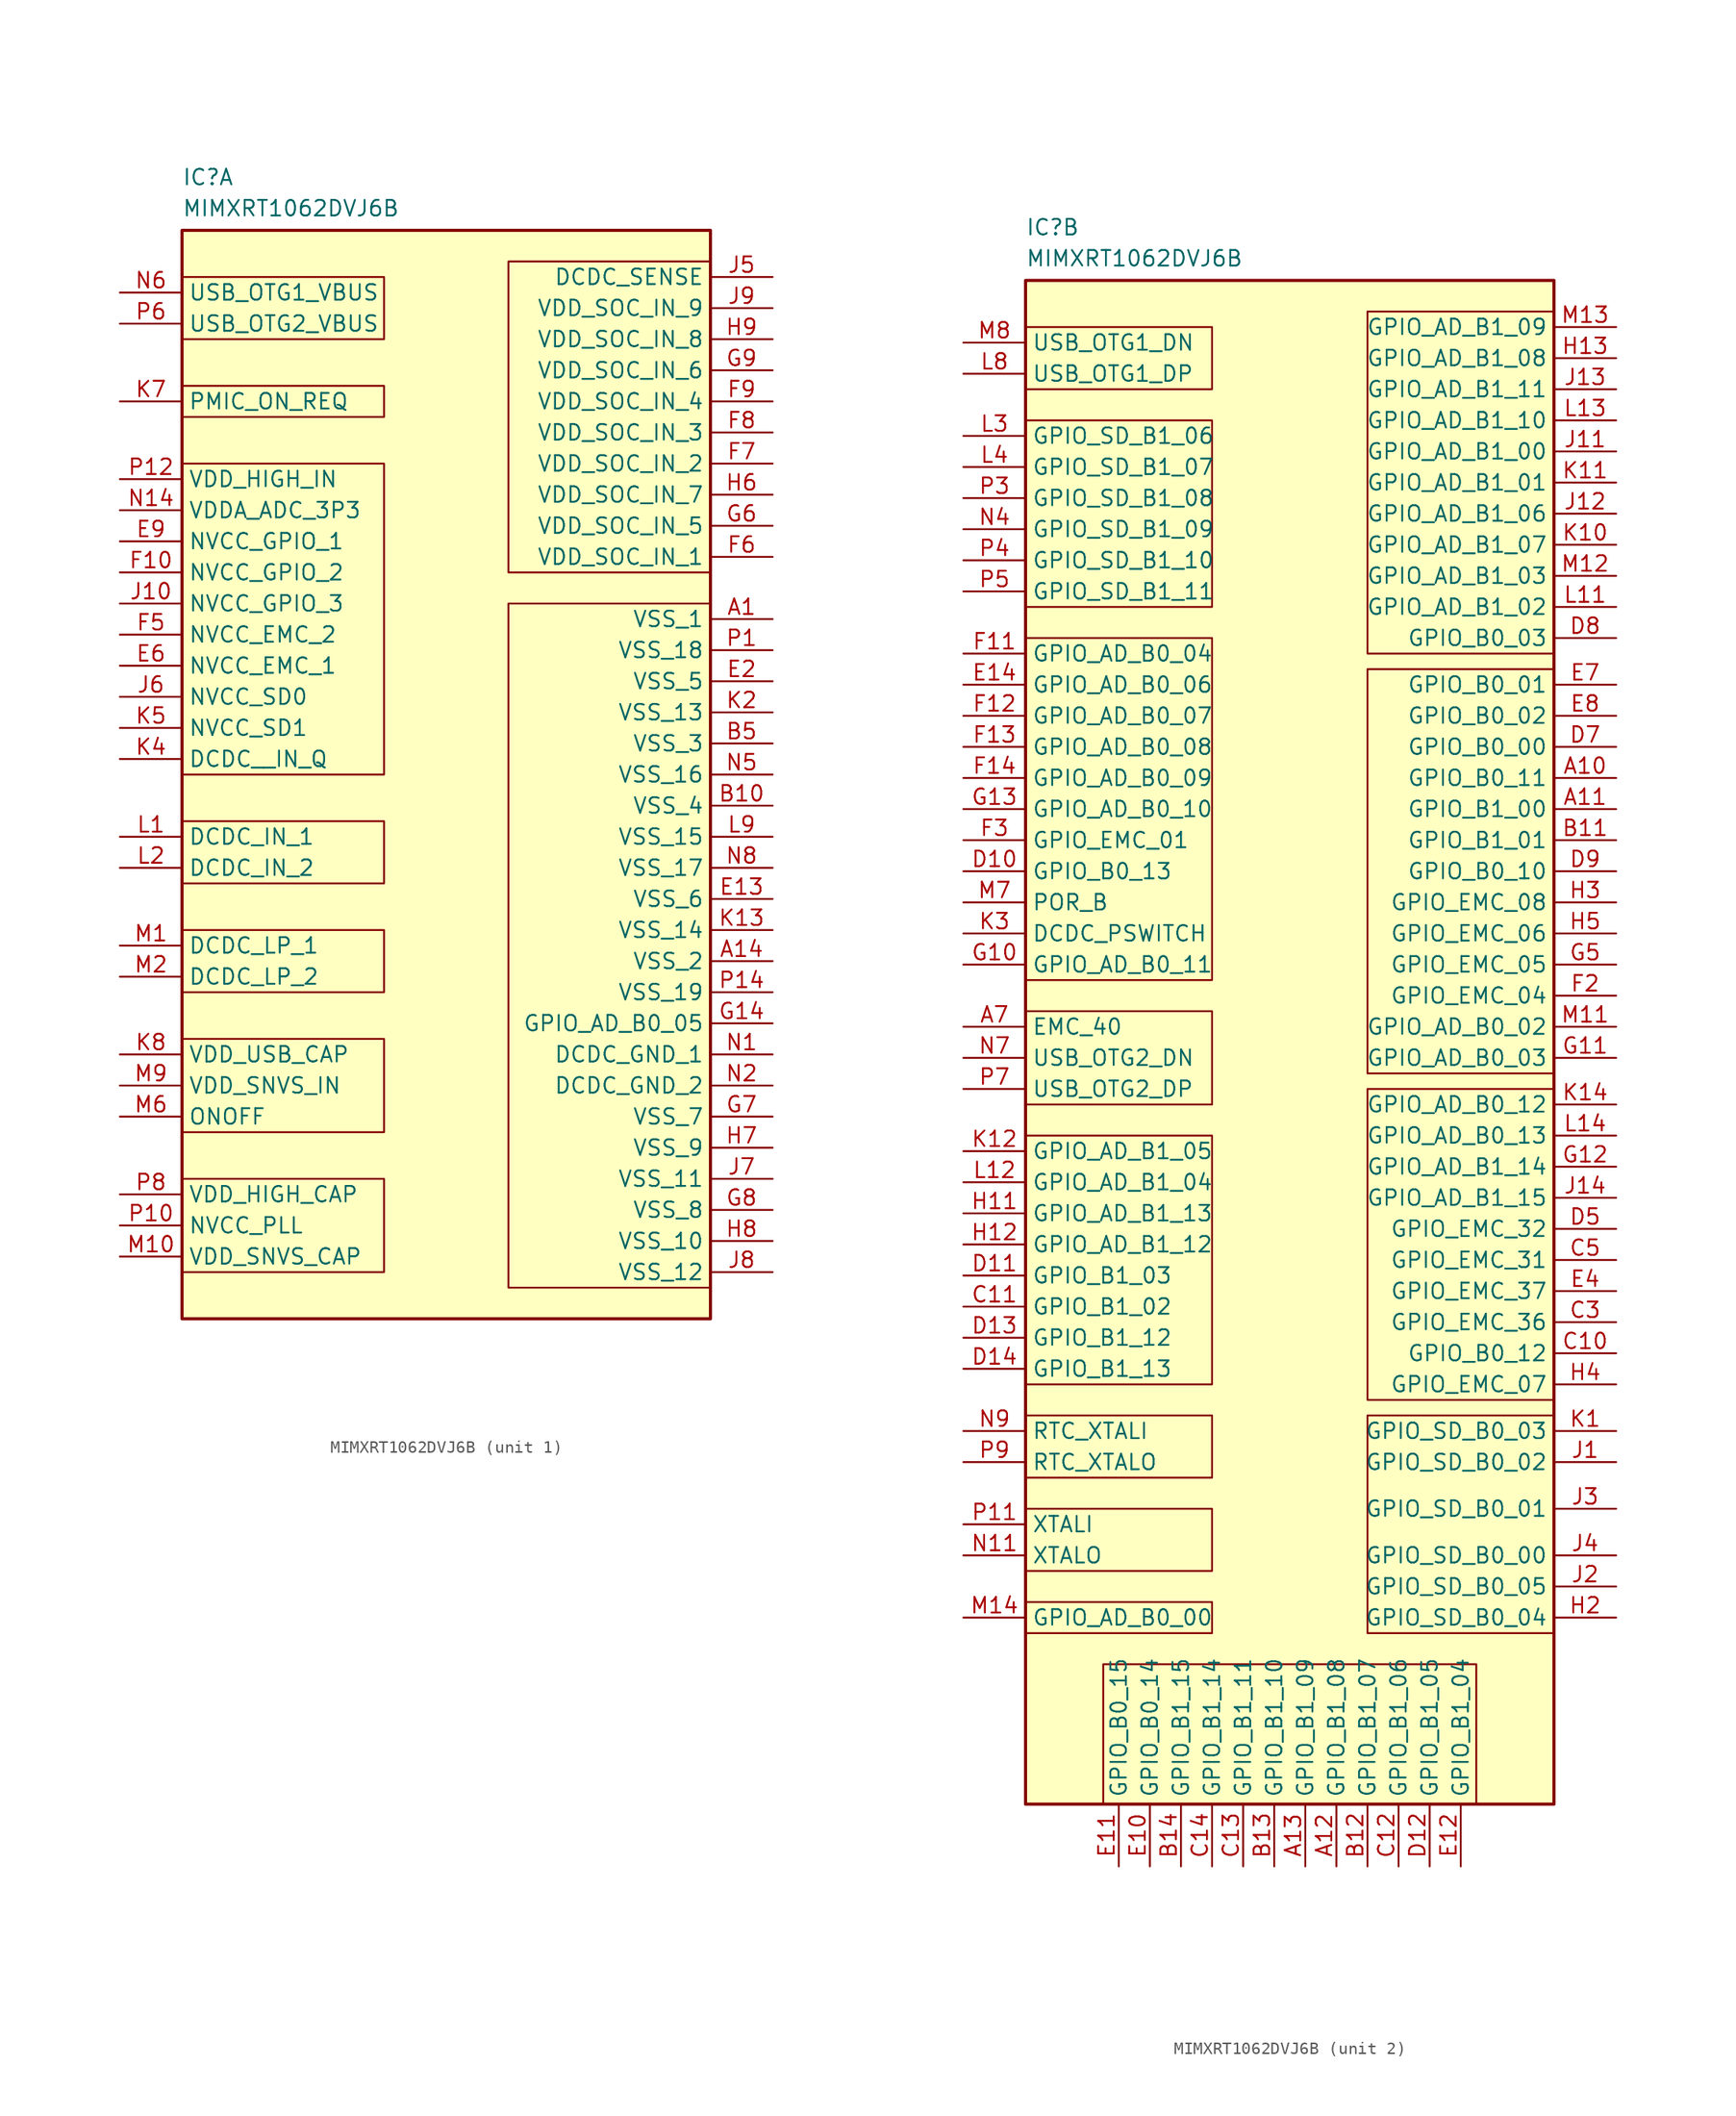
<source format=kicad_sym>
(kicad_symbol_lib
  (version 20231120)
  (generator "kicad_symbol_editor")
  (generator_version "8.0")
  (symbol "MIMXRT1062DVJ6B"
    (property "Reference" "IC"
      (at -20.32 86.36 0)
      (effects (font (size 1.27 1.27)) (justify left top)))
    (property "Value" "MIMXRT1062DVJ6B"
      (at -20.32 83.82 0)
      (effects (font (size 1.27 1.27)) (justify left top)))
    (property "ki_locked" ""
      (at 0 0 0)
      (effects (font (size 1.27 1.27))))
    (symbol "MIMXRT1062DVJ6B_1_1"
      (rectangle (start -20.32 3.81) (end -3.81 -3.81) (stroke (width 0) (type default)) (fill (type none)))
      (rectangle (start -20.32 15.24) (end -3.81 7.62) (stroke (width 0) (type default)) (fill (type none)))
      (rectangle (start -20.32 24.13) (end -3.81 19.05) (stroke (width 0) (type default)) (fill (type none)))
      (rectangle (start -20.32 33.02) (end -3.81 27.94) (stroke (width 0) (type default)) (fill (type none)))
      (rectangle (start -20.32 62.23) (end -3.81 36.83) (stroke (width 0) (type default)) (fill (type none)))
      (rectangle (start -20.32 68.58) (end -3.81 66.04) (stroke (width 0) (type default)) (fill (type none)))
      (rectangle (start -20.32 77.47) (end -3.81 72.39) (stroke (width 0) (type default)) (fill (type none)))
      (rectangle (start -20.32 81.28) (end 22.86 -7.62) (stroke (width 0.254) (type default)) (fill (type background)))
      (rectangle (start 6.35 50.8) (end 22.86 -5.08) (stroke (width 0) (type default)) (fill (type none)))
      (rectangle (start 6.35 78.74) (end 22.86 53.34) (stroke (width 0) (type default)) (fill (type none)))
      (pin passive line (at 27.94 49.53 180) (length 5.08) (name "VSS_1" (effects (font (size 1.27 1.27)))) (number "A1" (effects (font (size 1.27 1.27)))))
      (pin passive line (at 27.94 21.59 180) (length 5.08) (name "VSS_2" (effects (font (size 1.27 1.27)))) (number "A14" (effects (font (size 1.27 1.27)))))
      (pin passive line (at 27.94 34.29 180) (length 5.08) (name "VSS_4" (effects (font (size 1.27 1.27)))) (number "B10" (effects (font (size 1.27 1.27)))))
      (pin passive line (at 27.94 39.37 180) (length 5.08) (name "VSS_3" (effects (font (size 1.27 1.27)))) (number "B5" (effects (font (size 1.27 1.27)))))
      (pin passive line (at 27.94 26.67 180) (length 5.08) (name "VSS_6" (effects (font (size 1.27 1.27)))) (number "E13" (effects (font (size 1.27 1.27)))))
      (pin passive line (at 27.94 44.45 180) (length 5.08) (name "VSS_5" (effects (font (size 1.27 1.27)))) (number "E2" (effects (font (size 1.27 1.27)))))
      (pin passive line (at -25.4 45.72 0) (length 5.08) (name "NVCC_EMC_1" (effects (font (size 1.27 1.27)))) (number "E6" (effects (font (size 1.27 1.27)))))
      (pin passive line (at -25.4 55.88 0) (length 5.08) (name "NVCC_GPIO_1" (effects (font (size 1.27 1.27)))) (number "E9" (effects (font (size 1.27 1.27)))))
      (pin passive line (at -25.4 53.34 0) (length 5.08) (name "NVCC_GPIO_2" (effects (font (size 1.27 1.27)))) (number "F10" (effects (font (size 1.27 1.27)))))
      (pin passive line (at -25.4 48.26 0) (length 5.08) (name "NVCC_EMC_2" (effects (font (size 1.27 1.27)))) (number "F5" (effects (font (size 1.27 1.27)))))
      (pin passive line (at 27.94 54.61 180) (length 5.08) (name "VDD_SOC_IN_1" (effects (font (size 1.27 1.27)))) (number "F6" (effects (font (size 1.27 1.27)))))
      (pin passive line (at 27.94 62.23 180) (length 5.08) (name "VDD_SOC_IN_2" (effects (font (size 1.27 1.27)))) (number "F7" (effects (font (size 1.27 1.27)))))
      (pin passive line (at 27.94 64.77 180) (length 5.08) (name "VDD_SOC_IN_3" (effects (font (size 1.27 1.27)))) (number "F8" (effects (font (size 1.27 1.27)))))
      (pin passive line (at 27.94 67.31 180) (length 5.08) (name "VDD_SOC_IN_4" (effects (font (size 1.27 1.27)))) (number "F9" (effects (font (size 1.27 1.27)))))
      (pin passive line (at 27.94 16.51 180) (length 5.08) (name "GPIO_AD_B0_05" (effects (font (size 1.27 1.27)))) (number "G14" (effects (font (size 1.27 1.27)))))
      (pin passive line (at 27.94 57.15 180) (length 5.08) (name "VDD_SOC_IN_5" (effects (font (size 1.27 1.27)))) (number "G6" (effects (font (size 1.27 1.27)))))
      (pin passive line (at 27.94 8.89 180) (length 5.08) (name "VSS_7" (effects (font (size 1.27 1.27)))) (number "G7" (effects (font (size 1.27 1.27)))))
      (pin passive line (at 27.94 1.27 180) (length 5.08) (name "VSS_8" (effects (font (size 1.27 1.27)))) (number "G8" (effects (font (size 1.27 1.27)))))
      (pin passive line (at 27.94 69.85 180) (length 5.08) (name "VDD_SOC_IN_6" (effects (font (size 1.27 1.27)))) (number "G9" (effects (font (size 1.27 1.27)))))
      (pin passive line (at 27.94 59.69 180) (length 5.08) (name "VDD_SOC_IN_7" (effects (font (size 1.27 1.27)))) (number "H6" (effects (font (size 1.27 1.27)))))
      (pin passive line (at 27.94 6.35 180) (length 5.08) (name "VSS_9" (effects (font (size 1.27 1.27)))) (number "H7" (effects (font (size 1.27 1.27)))))
      (pin passive line (at 27.94 -1.27 180) (length 5.08) (name "VSS_10" (effects (font (size 1.27 1.27)))) (number "H8" (effects (font (size 1.27 1.27)))))
      (pin passive line (at 27.94 72.39 180) (length 5.08) (name "VDD_SOC_IN_8" (effects (font (size 1.27 1.27)))) (number "H9" (effects (font (size 1.27 1.27)))))
      (pin passive line (at -25.4 50.8 0) (length 5.08) (name "NVCC_GPIO_3" (effects (font (size 1.27 1.27)))) (number "J10" (effects (font (size 1.27 1.27)))))
      (pin passive line (at 27.94 77.47 180) (length 5.08) (name "DCDC_SENSE" (effects (font (size 1.27 1.27)))) (number "J5" (effects (font (size 1.27 1.27)))))
      (pin passive line (at -25.4 43.18 0) (length 5.08) (name "NVCC_SD0" (effects (font (size 1.27 1.27)))) (number "J6" (effects (font (size 1.27 1.27)))))
      (pin passive line (at 27.94 3.81 180) (length 5.08) (name "VSS_11" (effects (font (size 1.27 1.27)))) (number "J7" (effects (font (size 1.27 1.27)))))
      (pin passive line (at 27.94 -3.81 180) (length 5.08) (name "VSS_12" (effects (font (size 1.27 1.27)))) (number "J8" (effects (font (size 1.27 1.27)))))
      (pin passive line (at 27.94 74.93 180) (length 5.08) (name "VDD_SOC_IN_9" (effects (font (size 1.27 1.27)))) (number "J9" (effects (font (size 1.27 1.27)))))
      (pin passive line (at 27.94 24.13 180) (length 5.08) (name "VSS_14" (effects (font (size 1.27 1.27)))) (number "K13" (effects (font (size 1.27 1.27)))))
      (pin passive line (at 27.94 41.91 180) (length 5.08) (name "VSS_13" (effects (font (size 1.27 1.27)))) (number "K2" (effects (font (size 1.27 1.27)))))
      (pin passive line (at -25.4 38.1 0) (length 5.08) (name "DCDC__IN_Q" (effects (font (size 1.27 1.27)))) (number "K4" (effects (font (size 1.27 1.27)))))
      (pin passive line (at -25.4 40.64 0) (length 5.08) (name "NVCC_SD1" (effects (font (size 1.27 1.27)))) (number "K5" (effects (font (size 1.27 1.27)))))
      (pin passive line (at -25.4 67.31 0) (length 5.08) (name "PMIC_ON_REQ" (effects (font (size 1.27 1.27)))) (number "K7" (effects (font (size 1.27 1.27)))))
      (pin passive line (at -25.4 13.97 0) (length 5.08) (name "VDD_USB_CAP" (effects (font (size 1.27 1.27)))) (number "K8" (effects (font (size 1.27 1.27)))))
      (pin passive line (at -25.4 31.75 0) (length 5.08) (name "DCDC_IN_1" (effects (font (size 1.27 1.27)))) (number "L1" (effects (font (size 1.27 1.27)))))
      (pin passive line (at -25.4 29.21 0) (length 5.08) (name "DCDC_IN_2" (effects (font (size 1.27 1.27)))) (number "L2" (effects (font (size 1.27 1.27)))))
      (pin passive line (at 27.94 31.75 180) (length 5.08) (name "VSS_15" (effects (font (size 1.27 1.27)))) (number "L9" (effects (font (size 1.27 1.27)))))
      (pin passive line (at -25.4 22.86 0) (length 5.08) (name "DCDC_LP_1" (effects (font (size 1.27 1.27)))) (number "M1" (effects (font (size 1.27 1.27)))))
      (pin passive line (at -25.4 -2.54 0) (length 5.08) (name "VDD_SNVS_CAP" (effects (font (size 1.27 1.27)))) (number "M10" (effects (font (size 1.27 1.27)))))
      (pin passive line (at -25.4 20.32 0) (length 5.08) (name "DCDC_LP_2" (effects (font (size 1.27 1.27)))) (number "M2" (effects (font (size 1.27 1.27)))))
      (pin passive line (at -25.4 8.89 0) (length 5.08) (name "ONOFF" (effects (font (size 1.27 1.27)))) (number "M6" (effects (font (size 1.27 1.27)))))
      (pin passive line (at -25.4 11.43 0) (length 5.08) (name "VDD_SNVS_IN" (effects (font (size 1.27 1.27)))) (number "M9" (effects (font (size 1.27 1.27)))))
      (pin passive line (at 27.94 13.97 180) (length 5.08) (name "DCDC_GND_1" (effects (font (size 1.27 1.27)))) (number "N1" (effects (font (size 1.27 1.27)))))
      (pin passive line (at -25.4 58.42 0) (length 5.08) (name "VDDA_ADC_3P3" (effects (font (size 1.27 1.27)))) (number "N14" (effects (font (size 1.27 1.27)))))
      (pin passive line (at 27.94 11.43 180) (length 5.08) (name "DCDC_GND_2" (effects (font (size 1.27 1.27)))) (number "N2" (effects (font (size 1.27 1.27)))))
      (pin passive line (at 27.94 36.83 180) (length 5.08) (name "VSS_16" (effects (font (size 1.27 1.27)))) (number "N5" (effects (font (size 1.27 1.27)))))
      (pin passive line (at -25.4 76.2 0) (length 5.08) (name "USB_OTG1_VBUS" (effects (font (size 1.27 1.27)))) (number "N6" (effects (font (size 1.27 1.27)))))
      (pin passive line (at 27.94 29.21 180) (length 5.08) (name "VSS_17" (effects (font (size 1.27 1.27)))) (number "N8" (effects (font (size 1.27 1.27)))))
      (pin passive line (at 27.94 46.99 180) (length 5.08) (name "VSS_18" (effects (font (size 1.27 1.27)))) (number "P1" (effects (font (size 1.27 1.27)))))
      (pin passive line (at -25.4 0 0) (length 5.08) (name "NVCC_PLL" (effects (font (size 1.27 1.27)))) (number "P10" (effects (font (size 1.27 1.27)))))
      (pin passive line (at -25.4 60.96 0) (length 5.08) (name "VDD_HIGH_IN" (effects (font (size 1.27 1.27)))) (number "P12" (effects (font (size 1.27 1.27)))))
      (pin passive line (at 27.94 19.05 180) (length 5.08) (name "VSS_19" (effects (font (size 1.27 1.27)))) (number "P14" (effects (font (size 1.27 1.27)))))
      (pin passive line (at -25.4 73.66 0) (length 5.08) (name "USB_OTG2_VBUS" (effects (font (size 1.27 1.27)))) (number "P6" (effects (font (size 1.27 1.27)))))
      (pin passive line (at -25.4 2.54 0) (length 5.08) (name "VDD_HIGH_CAP" (effects (font (size 1.27 1.27)))) (number "P8" (effects (font (size 1.27 1.27))))))
    (symbol "MIMXRT1062DVJ6B_2_0"
      (pin passive line (at 5.08 -48.26 90) (length 5.08) (name "GPIO_B1_08" (effects (font (size 1.27 1.27)))) (number "A12" (effects (font (size 1.27 1.27)))))
      (pin passive line (at 2.54 -48.26 90) (length 5.08) (name "GPIO_B1_09" (effects (font (size 1.27 1.27)))) (number "A13" (effects (font (size 1.27 1.27)))))
      (pin passive line (at -25.4 20.32 0) (length 5.08) (name "EMC_40" (effects (font (size 1.27 1.27)))) (number "A7" (effects (font (size 1.27 1.27)))))
      (pin passive line (at 7.62 -48.26 90) (length 5.08) (name "GPIO_B1_07" (effects (font (size 1.27 1.27)))) (number "B12" (effects (font (size 1.27 1.27)))))
      (pin passive line (at 0 -48.26 90) (length 5.08) (name "GPIO_B1_10" (effects (font (size 1.27 1.27)))) (number "B13" (effects (font (size 1.27 1.27)))))
      (pin passive line (at -7.62 -48.26 90) (length 5.08) (name "GPIO_B1_15" (effects (font (size 1.27 1.27)))) (number "B14" (effects (font (size 1.27 1.27)))))
      (pin passive line (at -25.4 -2.54 0) (length 5.08) (name "GPIO_B1_02" (effects (font (size 1.27 1.27)))) (number "C11" (effects (font (size 1.27 1.27)))))
      (pin passive line (at 10.16 -48.26 90) (length 5.08) (name "GPIO_B1_06" (effects (font (size 1.27 1.27)))) (number "C12" (effects (font (size 1.27 1.27)))))
      (pin passive line (at -2.54 -48.26 90) (length 5.08) (name "GPIO_B1_11" (effects (font (size 1.27 1.27)))) (number "C13" (effects (font (size 1.27 1.27)))))
      (pin passive line (at -5.08 -48.26 90) (length 5.08) (name "GPIO_B1_14" (effects (font (size 1.27 1.27)))) (number "C14" (effects (font (size 1.27 1.27)))))
      (pin passive line (at -25.4 0 0) (length 5.08) (name "GPIO_B1_03" (effects (font (size 1.27 1.27)))) (number "D11" (effects (font (size 1.27 1.27)))))
      (pin passive line (at 12.7 -48.26 90) (length 5.08) (name "GPIO_B1_05" (effects (font (size 1.27 1.27)))) (number "D12" (effects (font (size 1.27 1.27)))))
      (pin passive line (at -25.4 -5.08 0) (length 5.08) (name "GPIO_B1_12" (effects (font (size 1.27 1.27)))) (number "D13" (effects (font (size 1.27 1.27)))))
      (pin passive line (at -25.4 -7.62 0) (length 5.08) (name "GPIO_B1_13" (effects (font (size 1.27 1.27)))) (number "D14" (effects (font (size 1.27 1.27)))))
      (pin passive line (at -10.16 -48.26 90) (length 5.08) (name "GPIO_B0_14" (effects (font (size 1.27 1.27)))) (number "E10" (effects (font (size 1.27 1.27)))))
      (pin passive line (at -12.7 -48.26 90) (length 5.08) (name "GPIO_B0_15" (effects (font (size 1.27 1.27)))) (number "E11" (effects (font (size 1.27 1.27)))))
      (pin passive line (at 15.24 -48.26 90) (length 5.08) (name "GPIO_B1_04" (effects (font (size 1.27 1.27)))) (number "E12" (effects (font (size 1.27 1.27)))))
      (pin passive line (at -25.4 5.08 0) (length 5.08) (name "GPIO_AD_B1_13" (effects (font (size 1.27 1.27)))) (number "H11" (effects (font (size 1.27 1.27)))))
      (pin passive line (at -25.4 2.54 0) (length 5.08) (name "GPIO_AD_B1_12" (effects (font (size 1.27 1.27)))) (number "H12" (effects (font (size 1.27 1.27)))))
      (pin passive line (at -25.4 10.16 0) (length 5.08) (name "GPIO_AD_B1_05" (effects (font (size 1.27 1.27)))) (number "K12" (effects (font (size 1.27 1.27)))))
      (pin passive line (at -25.4 7.62 0) (length 5.08) (name "GPIO_AD_B1_04" (effects (font (size 1.27 1.27)))) (number "L12" (effects (font (size 1.27 1.27))))))
    (symbol "MIMXRT1062DVJ6B_2_1"
      (rectangle (start -20.32 11.43) (end -5.08 -8.89) (stroke (width 0) (type default)) (fill (type none)))
      (rectangle (start -20.32 21.59) (end -5.08 13.97) (stroke (width 0) (type default)) (fill (type none)))
      (rectangle (start -20.32 52.07) (end -5.08 24.13) (stroke (width 0) (type default)) (fill (type none)))
      (rectangle (start -20.32 69.85) (end -5.08 54.61) (stroke (width 0) (type default)) (fill (type none)))
      (rectangle (start -20.32 77.47) (end -5.08 72.39) (stroke (width 0) (type default)) (fill (type none)))
      (rectangle (start -20.32 81.28) (end 22.86 -43.18) (stroke (width 0.254) (type default)) (fill (type background)))
      (rectangle (start -13.97 -31.75) (end 16.51 -43.18) (stroke (width 0) (type default)) (fill (type none)))
      (rectangle (start -5.08 -29.21) (end -20.32 -26.67) (stroke (width 0) (type default)) (fill (type none)))
      (rectangle (start -5.08 -24.13) (end -20.32 -19.05) (stroke (width 0) (type default)) (fill (type none)))
      (rectangle (start -5.08 -16.51) (end -20.32 -11.43) (stroke (width 0) (type default)) (fill (type none)))
      (rectangle (start 7.62 -11.43) (end 22.86 -29.21) (stroke (width 0) (type default)) (fill (type none)))
      (rectangle (start 7.62 15.24) (end 22.86 -10.16) (stroke (width 0) (type default)) (fill (type none)))
      (rectangle (start 7.62 49.53) (end 22.86 16.51) (stroke (width 0) (type default)) (fill (type none)))
      (rectangle (start 7.62 78.74) (end 22.86 50.8) (stroke (width 0) (type default)) (fill (type none)))
      (pin passive line (at 27.94 40.64 180) (length 5.08) (name "GPIO_B0_11" (effects (font (size 1.27 1.27)))) (number "A10" (effects (font (size 1.27 1.27)))))
      (pin passive line (at 27.94 38.1 180) (length 5.08) (name "GPIO_B1_00" (effects (font (size 1.27 1.27)))) (number "A11" (effects (font (size 1.27 1.27)))))
      (pin passive line (at 27.94 35.56 180) (length 5.08) (name "GPIO_B1_01" (effects (font (size 1.27 1.27)))) (number "B11" (effects (font (size 1.27 1.27)))))
      (pin passive line (at 27.94 -6.35 180) (length 5.08) (name "GPIO_B0_12" (effects (font (size 1.27 1.27)))) (number "C10" (effects (font (size 1.27 1.27)))))
      (pin passive line (at 27.94 -3.81 180) (length 5.08) (name "GPIO_EMC_36" (effects (font (size 1.27 1.27)))) (number "C3" (effects (font (size 1.27 1.27)))))
      (pin passive line (at 27.94 1.27 180) (length 5.08) (name "GPIO_EMC_31" (effects (font (size 1.27 1.27)))) (number "C5" (effects (font (size 1.27 1.27)))))
      (pin passive line (at -25.4 33.02 0) (length 5.08) (name "GPIO_B0_13" (effects (font (size 1.27 1.27)))) (number "D10" (effects (font (size 1.27 1.27)))))
      (pin passive line (at 27.94 3.81 180) (length 5.08) (name "GPIO_EMC_32" (effects (font (size 1.27 1.27)))) (number "D5" (effects (font (size 1.27 1.27)))))
      (pin passive line (at 27.94 43.18 180) (length 5.08) (name "GPIO_B0_00" (effects (font (size 1.27 1.27)))) (number "D7" (effects (font (size 1.27 1.27)))))
      (pin passive line (at 27.94 52.07 180) (length 5.08) (name "GPIO_B0_03" (effects (font (size 1.27 1.27)))) (number "D8" (effects (font (size 1.27 1.27)))))
      (pin passive line (at 27.94 33.02 180) (length 5.08) (name "GPIO_B0_10" (effects (font (size 1.27 1.27)))) (number "D9" (effects (font (size 1.27 1.27)))))
      (pin passive line (at -25.4 48.26 0) (length 5.08) (name "GPIO_AD_B0_06" (effects (font (size 1.27 1.27)))) (number "E14" (effects (font (size 1.27 1.27)))))
      (pin passive line (at 27.94 -1.27 180) (length 5.08) (name "GPIO_EMC_37" (effects (font (size 1.27 1.27)))) (number "E4" (effects (font (size 1.27 1.27)))))
      (pin passive line (at 27.94 48.26 180) (length 5.08) (name "GPIO_B0_01" (effects (font (size 1.27 1.27)))) (number "E7" (effects (font (size 1.27 1.27)))))
      (pin passive line (at 27.94 45.72 180) (length 5.08) (name "GPIO_B0_02" (effects (font (size 1.27 1.27)))) (number "E8" (effects (font (size 1.27 1.27)))))
      (pin passive line (at -25.4 50.8 0) (length 5.08) (name "GPIO_AD_B0_04" (effects (font (size 1.27 1.27)))) (number "F11" (effects (font (size 1.27 1.27)))))
      (pin passive line (at -25.4 45.72 0) (length 5.08) (name "GPIO_AD_B0_07" (effects (font (size 1.27 1.27)))) (number "F12" (effects (font (size 1.27 1.27)))))
      (pin passive line (at -25.4 43.18 0) (length 5.08) (name "GPIO_AD_B0_08" (effects (font (size 1.27 1.27)))) (number "F13" (effects (font (size 1.27 1.27)))))
      (pin passive line (at -25.4 40.64 0) (length 5.08) (name "GPIO_AD_B0_09" (effects (font (size 1.27 1.27)))) (number "F14" (effects (font (size 1.27 1.27)))))
      (pin passive line (at 27.94 22.86 180) (length 5.08) (name "GPIO_EMC_04" (effects (font (size 1.27 1.27)))) (number "F2" (effects (font (size 1.27 1.27)))))
      (pin passive line (at -25.4 35.56 0) (length 5.08) (name "GPIO_EMC_01" (effects (font (size 1.27 1.27)))) (number "F3" (effects (font (size 1.27 1.27)))))
      (pin passive line (at -25.4 25.4 0) (length 5.08) (name "GPIO_AD_B0_11" (effects (font (size 1.27 1.27)))) (number "G10" (effects (font (size 1.27 1.27)))))
      (pin passive line (at 27.94 17.78 180) (length 5.08) (name "GPIO_AD_B0_03" (effects (font (size 1.27 1.27)))) (number "G11" (effects (font (size 1.27 1.27)))))
      (pin passive line (at 27.94 8.89 180) (length 5.08) (name "GPIO_AD_B1_14" (effects (font (size 1.27 1.27)))) (number "G12" (effects (font (size 1.27 1.27)))))
      (pin passive line (at -25.4 38.1 0) (length 5.08) (name "GPIO_AD_B0_10" (effects (font (size 1.27 1.27)))) (number "G13" (effects (font (size 1.27 1.27)))))
      (pin passive line (at 27.94 25.4 180) (length 5.08) (name "GPIO_EMC_05" (effects (font (size 1.27 1.27)))) (number "G5" (effects (font (size 1.27 1.27)))))
      (pin passive line (at 27.94 74.93 180) (length 5.08) (name "GPIO_AD_B1_08" (effects (font (size 1.27 1.27)))) (number "H13" (effects (font (size 1.27 1.27)))))
      (pin passive line (at 27.94 -27.94 180) (length 5.08) (name "GPIO_SD_B0_04" (effects (font (size 1.27 1.27)))) (number "H2" (effects (font (size 1.27 1.27)))))
      (pin passive line (at 27.94 30.48 180) (length 5.08) (name "GPIO_EMC_08" (effects (font (size 1.27 1.27)))) (number "H3" (effects (font (size 1.27 1.27)))))
      (pin passive line (at 27.94 -8.89 180) (length 5.08) (name "GPIO_EMC_07" (effects (font (size 1.27 1.27)))) (number "H4" (effects (font (size 1.27 1.27)))))
      (pin passive line (at 27.94 27.94 180) (length 5.08) (name "GPIO_EMC_06" (effects (font (size 1.27 1.27)))) (number "H5" (effects (font (size 1.27 1.27)))))
      (pin passive line (at 27.94 -15.24 180) (length 5.08) (name "GPIO_SD_B0_02" (effects (font (size 1.27 1.27)))) (number "J1" (effects (font (size 1.27 1.27)))))
      (pin passive line (at 27.94 67.31 180) (length 5.08) (name "GPIO_AD_B1_00" (effects (font (size 1.27 1.27)))) (number "J11" (effects (font (size 1.27 1.27)))))
      (pin passive line (at 27.94 62.23 180) (length 5.08) (name "GPIO_AD_B1_06" (effects (font (size 1.27 1.27)))) (number "J12" (effects (font (size 1.27 1.27)))))
      (pin passive line (at 27.94 72.39 180) (length 5.08) (name "GPIO_AD_B1_11" (effects (font (size 1.27 1.27)))) (number "J13" (effects (font (size 1.27 1.27)))))
      (pin passive line (at 27.94 6.35 180) (length 5.08) (name "GPIO_AD_B1_15" (effects (font (size 1.27 1.27)))) (number "J14" (effects (font (size 1.27 1.27)))))
      (pin passive line (at 27.94 -25.4 180) (length 5.08) (name "GPIO_SD_B0_05" (effects (font (size 1.27 1.27)))) (number "J2" (effects (font (size 1.27 1.27)))))
      (pin passive line (at 27.94 -19.05 180) (length 5.08) (name "GPIO_SD_B0_01" (effects (font (size 1.27 1.27)))) (number "J3" (effects (font (size 1.27 1.27)))))
      (pin passive line (at 27.94 -22.86 180) (length 5.08) (name "GPIO_SD_B0_00" (effects (font (size 1.27 1.27)))) (number "J4" (effects (font (size 1.27 1.27)))))
      (pin passive line (at 27.94 -12.7 180) (length 5.08) (name "GPIO_SD_B0_03" (effects (font (size 1.27 1.27)))) (number "K1" (effects (font (size 1.27 1.27)))))
      (pin passive line (at 27.94 59.69 180) (length 5.08) (name "GPIO_AD_B1_07" (effects (font (size 1.27 1.27)))) (number "K10" (effects (font (size 1.27 1.27)))))
      (pin passive line (at 27.94 64.77 180) (length 5.08) (name "GPIO_AD_B1_01" (effects (font (size 1.27 1.27)))) (number "K11" (effects (font (size 1.27 1.27)))))
      (pin passive line (at 27.94 13.97 180) (length 5.08) (name "GPIO_AD_B0_12" (effects (font (size 1.27 1.27)))) (number "K14" (effects (font (size 1.27 1.27)))))
      (pin passive line (at -25.4 27.94 0) (length 5.08) (name "DCDC_PSWITCH" (effects (font (size 1.27 1.27)))) (number "K3" (effects (font (size 1.27 1.27)))))
      (pin passive line (at 27.94 54.61 180) (length 5.08) (name "GPIO_AD_B1_02" (effects (font (size 1.27 1.27)))) (number "L11" (effects (font (size 1.27 1.27)))))
      (pin passive line (at 27.94 69.85 180) (length 5.08) (name "GPIO_AD_B1_10" (effects (font (size 1.27 1.27)))) (number "L13" (effects (font (size 1.27 1.27)))))
      (pin passive line (at 27.94 11.43 180) (length 5.08) (name "GPIO_AD_B0_13" (effects (font (size 1.27 1.27)))) (number "L14" (effects (font (size 1.27 1.27)))))
      (pin passive line (at -25.4 68.58 0) (length 5.08) (name "GPIO_SD_B1_06" (effects (font (size 1.27 1.27)))) (number "L3" (effects (font (size 1.27 1.27)))))
      (pin passive line (at -25.4 66.04 0) (length 5.08) (name "GPIO_SD_B1_07" (effects (font (size 1.27 1.27)))) (number "L4" (effects (font (size 1.27 1.27)))))
      (pin passive line (at -25.4 73.66 0) (length 5.08) (name "USB_OTG1_DP" (effects (font (size 1.27 1.27)))) (number "L8" (effects (font (size 1.27 1.27)))))
      (pin passive line (at 27.94 20.32 180) (length 5.08) (name "GPIO_AD_B0_02" (effects (font (size 1.27 1.27)))) (number "M11" (effects (font (size 1.27 1.27)))))
      (pin passive line (at 27.94 57.15 180) (length 5.08) (name "GPIO_AD_B1_03" (effects (font (size 1.27 1.27)))) (number "M12" (effects (font (size 1.27 1.27)))))
      (pin passive line (at 27.94 77.47 180) (length 5.08) (name "GPIO_AD_B1_09" (effects (font (size 1.27 1.27)))) (number "M13" (effects (font (size 1.27 1.27)))))
      (pin passive line (at -25.4 -27.94 0) (length 5.08) (name "GPIO_AD_B0_00" (effects (font (size 1.27 1.27)))) (number "M14" (effects (font (size 1.27 1.27)))))
      (pin passive line (at -25.4 30.48 0) (length 5.08) (name "POR_B" (effects (font (size 1.27 1.27)))) (number "M7" (effects (font (size 1.27 1.27)))))
      (pin passive line (at -25.4 76.2 0) (length 5.08) (name "USB_OTG1_DN" (effects (font (size 1.27 1.27)))) (number "M8" (effects (font (size 1.27 1.27)))))
      (pin passive line (at -25.4 -22.86 0) (length 5.08) (name "XTALO" (effects (font (size 1.27 1.27)))) (number "N11" (effects (font (size 1.27 1.27)))))
      (pin passive line (at -25.4 60.96 0) (length 5.08) (name "GPIO_SD_B1_09" (effects (font (size 1.27 1.27)))) (number "N4" (effects (font (size 1.27 1.27)))))
      (pin passive line (at -25.4 17.78 0) (length 5.08) (name "USB_OTG2_DN" (effects (font (size 1.27 1.27)))) (number "N7" (effects (font (size 1.27 1.27)))))
      (pin passive line (at -25.4 -12.7 0) (length 5.08) (name "RTC_XTALI" (effects (font (size 1.27 1.27)))) (number "N9" (effects (font (size 1.27 1.27)))))
      (pin passive line (at -25.4 -20.32 0) (length 5.08) (name "XTALI" (effects (font (size 1.27 1.27)))) (number "P11" (effects (font (size 1.27 1.27)))))
      (pin passive line (at -25.4 63.5 0) (length 5.08) (name "GPIO_SD_B1_08" (effects (font (size 1.27 1.27)))) (number "P3" (effects (font (size 1.27 1.27)))))
      (pin passive line (at -25.4 58.42 0) (length 5.08) (name "GPIO_SD_B1_10" (effects (font (size 1.27 1.27)))) (number "P4" (effects (font (size 1.27 1.27)))))
      (pin passive line (at -25.4 55.88 0) (length 5.08) (name "GPIO_SD_B1_11" (effects (font (size 1.27 1.27)))) (number "P5" (effects (font (size 1.27 1.27)))))
      (pin passive line (at -25.4 15.24 0) (length 5.08) (name "USB_OTG2_DP" (effects (font (size 1.27 1.27)))) (number "P7" (effects (font (size 1.27 1.27)))))
      (pin passive line (at -25.4 -15.24 0) (length 5.08) (name "RTC_XTALO" (effects (font (size 1.27 1.27)))) (number "P9" (effects (font (size 1.27 1.27))))))))
</source>
